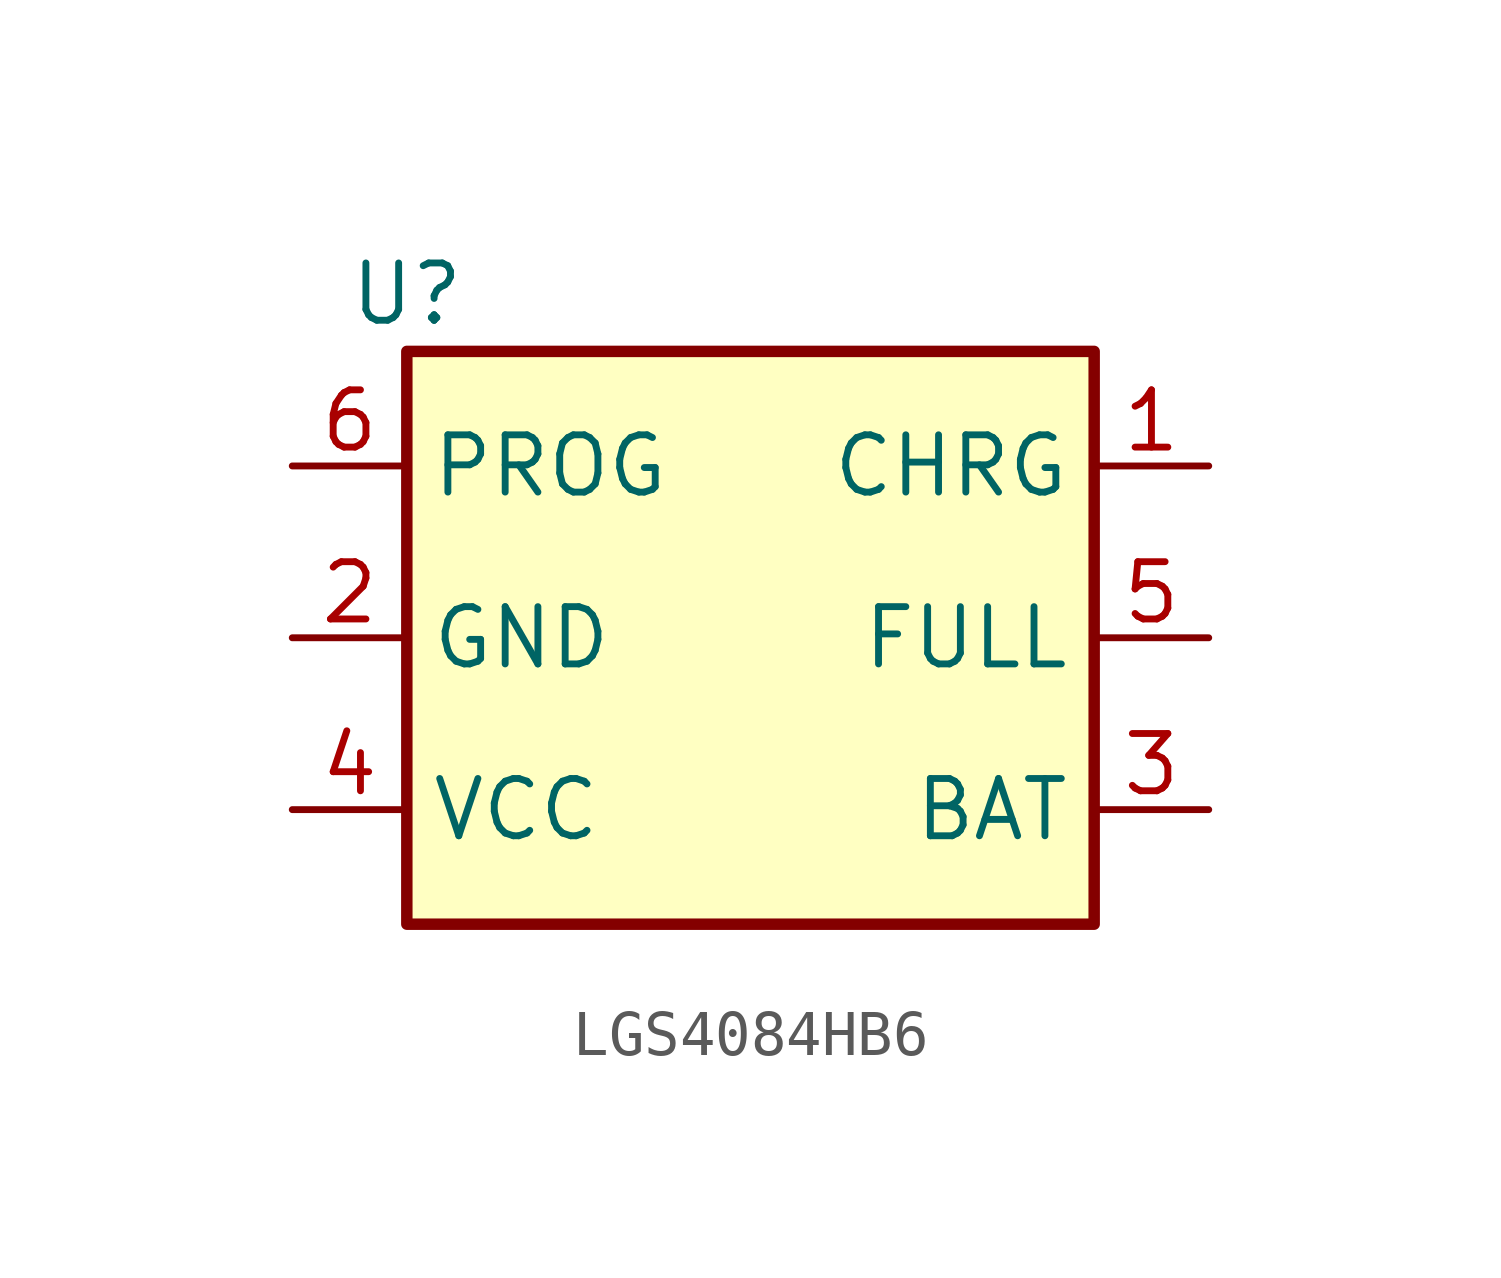
<source format=kicad_sym>
(kicad_symbol_lib
  (version 20220914)
  (generator kicad_symbol_editor)
  (symbol "LGS4084HB6"
    (property "Reference" "U"
      (at -7.62 7.62 0)
      (effects (font (size 1.27 1.27))))
    (property "Value" ""
      (at 0 -2.54 0)
      (effects (font (size 1.27 1.27))))
    (symbol "LGS4084HB6_0_1"
      (rectangle (start -7.62 6.35) (end 7.62 -6.35) (stroke (width 0.254) (type default)) (fill (type background))))
    (symbol "LGS4084HB6_1_1"
      (pin passive line (at 10.16 3.81 180) (length 2.54) (name "CHRG" (effects (font (size 1.27 1.27)))) (number "1" (effects (font (size 1.27 1.27)))))
      (pin passive line (at -10.16 0 0) (length 2.54) (name "GND" (effects (font (size 1.27 1.27)))) (number "2" (effects (font (size 1.27 1.27)))))
      (pin passive line (at 10.16 -3.81 180) (length 2.54) (name "BAT" (effects (font (size 1.27 1.27)))) (number "3" (effects (font (size 1.27 1.27)))))
      (pin passive line (at -10.16 -3.81 0) (length 2.54) (name "VCC" (effects (font (size 1.27 1.27)))) (number "4" (effects (font (size 1.27 1.27)))))
      (pin passive line (at 10.16 0 180) (length 2.54) (name "FULL" (effects (font (size 1.27 1.27)))) (number "5" (effects (font (size 1.27 1.27)))))
      (pin passive line (at -10.16 3.81 0) (length 2.54) (name "PROG" (effects (font (size 1.27 1.27)))) (number "6" (effects (font (size 1.27 1.27))))))))
</source>
